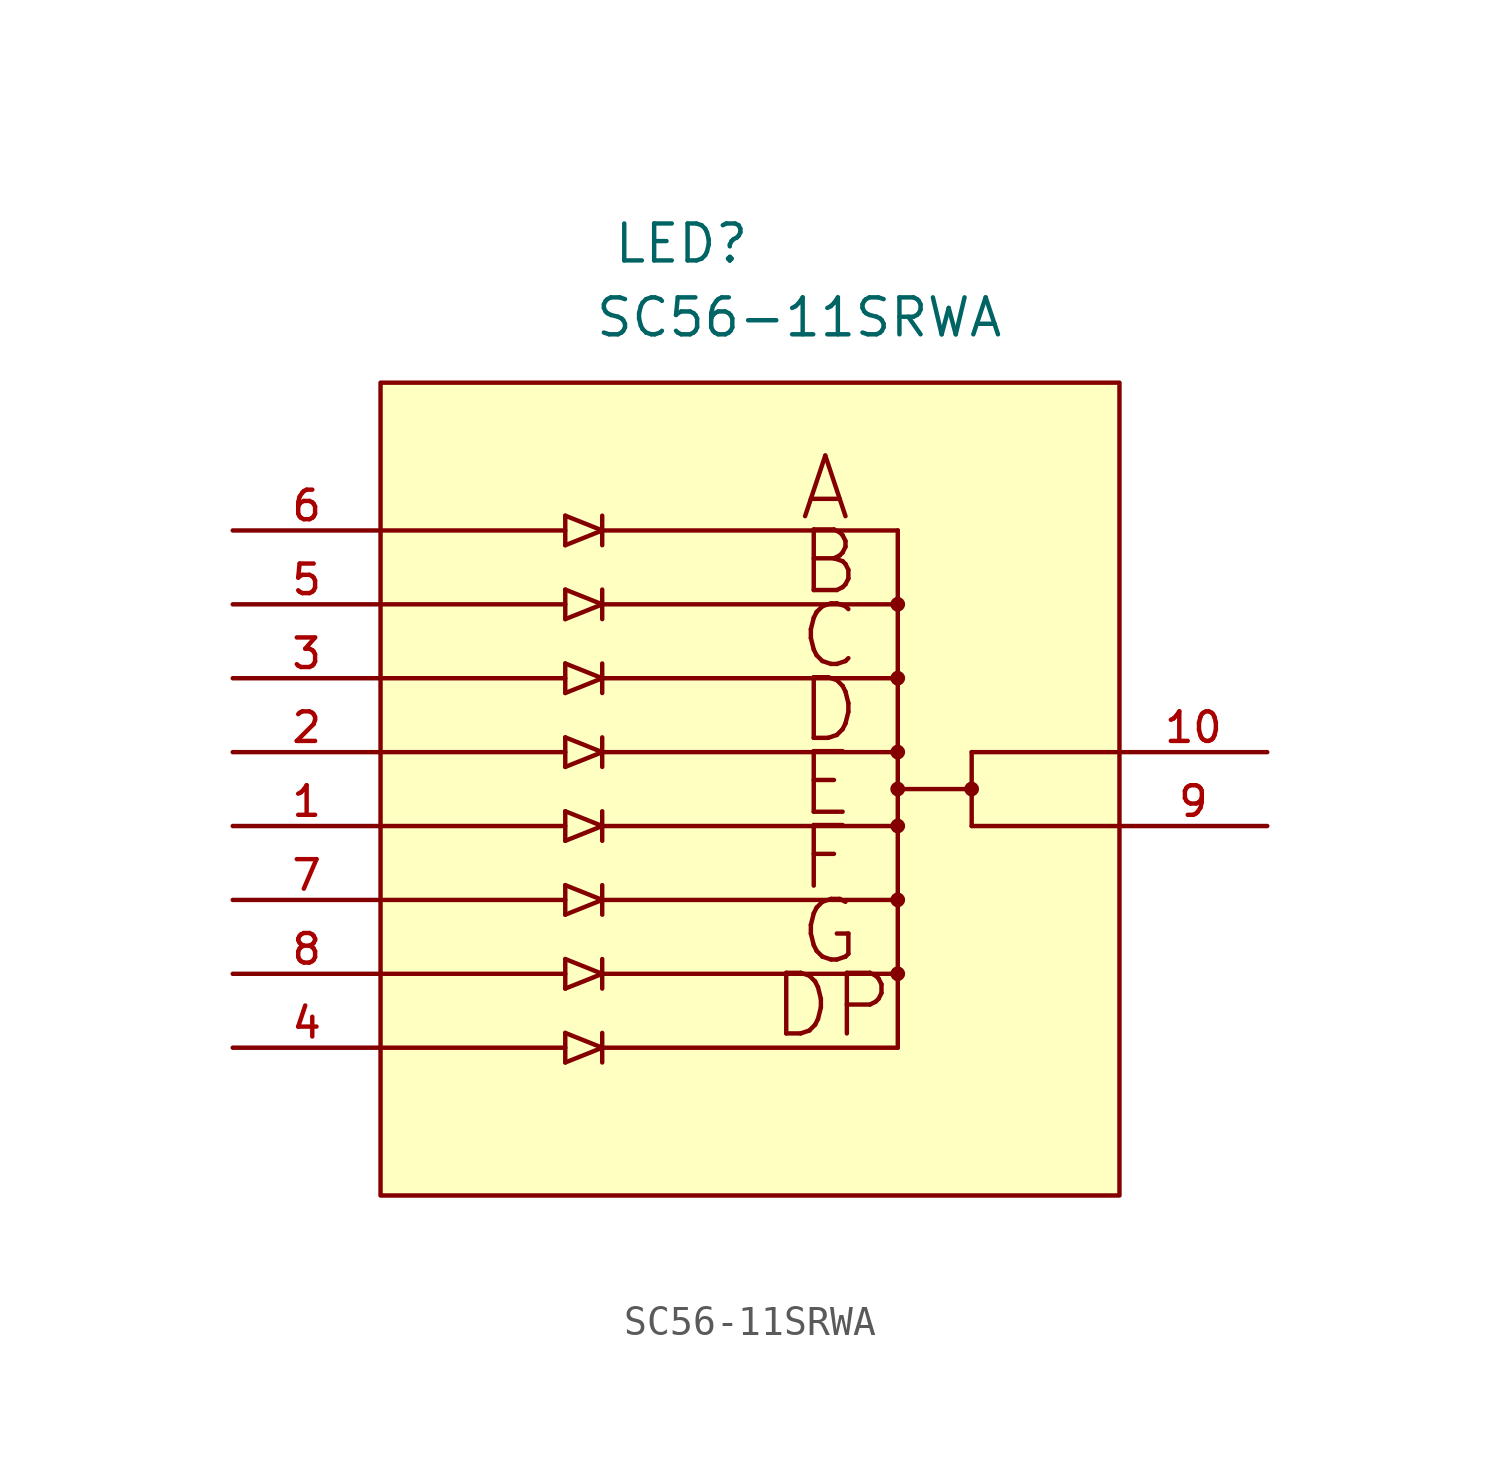
<source format=kicad_sym>
(kicad_symbol_lib
  (version 20211014)
  (generator kicad_symbol_editor)
  (symbol "SC56-11SRWA"
    (pin_names
      (offset 1.016))
    (property "Reference" "LED"
      (at 15.595 9.119 0)
      (effects (font (size 1.27 1.27)) (justify bottom left)))
    (property "Value" "SC56-11SRWA"
      (at 14.955 6.579 0)
      (effects (font (size 1.27 1.27)) (justify bottom left)))
    (symbol "SC56-11SRWA_0_0"
      (polyline (pts (xy 25.4 0.0) (xy 15.24 0.0)) (stroke (width 0.152)))
      (polyline (pts (xy 25.4 -2.54) (xy 15.24 -2.54)) (stroke (width 0.152)))
      (polyline (pts (xy 25.4 -5.08) (xy 15.24 -5.08)) (stroke (width 0.152)))
      (polyline (pts (xy 25.4 -7.62) (xy 15.24 -7.62)) (stroke (width 0.152)))
      (polyline (pts (xy 25.4 -10.16) (xy 15.24 -10.16)) (stroke (width 0.152)))
      (polyline (pts (xy 25.4 -12.7) (xy 15.24 -12.7)) (stroke (width 0.152)))
      (polyline (pts (xy 25.4 -15.24) (xy 15.24 -15.24)) (stroke (width 0.152)))
      (polyline (pts (xy 15.24 -17.78) (xy 25.4 -17.78)) (stroke (width 0.152)))
      (polyline (pts (xy 33.02 -7.62) (xy 27.94 -7.62)) (stroke (width 0.152)))
      (polyline (pts (xy 27.94 -10.16) (xy 33.02 -10.16)) (stroke (width 0.152)))
      (polyline (pts (xy 27.94 -7.62) (xy 27.94 -10.16)) (stroke (width 0.152)))
      (polyline (pts (xy 27.94 -8.89) (xy 25.4 -8.89)) (stroke (width 0.152)))
      (polyline (pts (xy 25.4 0.0) (xy 25.4 -17.78)) (stroke (width 0.152)))
      (polyline (pts (xy 7.62 0.0) (xy 13.97 0.0)) (stroke (width 0.152)))
      (polyline (pts (xy 13.97 -2.54) (xy 7.62 -2.54)) (stroke (width 0.152)))
      (polyline (pts (xy 7.62 -5.08) (xy 13.97 -5.08)) (stroke (width 0.152)))
      (polyline (pts (xy 7.62 -7.62) (xy 13.97 -7.62)) (stroke (width 0.152)))
      (polyline (pts (xy 7.62 -10.16) (xy 13.97 -10.16)) (stroke (width 0.152)))
      (polyline (pts (xy 7.62 -12.7) (xy 13.97 -12.7)) (stroke (width 0.152)))
      (polyline (pts (xy 7.62 -15.24) (xy 13.97 -15.24)) (stroke (width 0.152)))
      (polyline (pts (xy 15.24 0.0) (xy 13.97 -0.508)) (stroke (width 0.152)))
      (polyline (pts (xy 13.97 -0.508) (xy 13.97 0.508)) (stroke (width 0.152)))
      (polyline (pts (xy 15.24 0.0) (xy 13.97 0.508)) (stroke (width 0.152)))
      (polyline (pts (xy 15.24 0.508) (xy 15.24 -0.508)) (stroke (width 0.152)))
      (polyline (pts (xy 15.24 -2.54) (xy 13.97 -3.048)) (stroke (width 0.152)))
      (polyline (pts (xy 13.97 -3.048) (xy 13.97 -2.032)) (stroke (width 0.152)))
      (polyline (pts (xy 15.24 -2.54) (xy 13.97 -2.032)) (stroke (width 0.152)))
      (polyline (pts (xy 15.24 -2.032) (xy 15.24 -3.048)) (stroke (width 0.152)))
      (polyline (pts (xy 15.24 -5.08) (xy 13.97 -5.588)) (stroke (width 0.152)))
      (polyline (pts (xy 13.97 -5.588) (xy 13.97 -4.572)) (stroke (width 0.152)))
      (polyline (pts (xy 15.24 -5.08) (xy 13.97 -4.572)) (stroke (width 0.152)))
      (polyline (pts (xy 15.24 -4.572) (xy 15.24 -5.588)) (stroke (width 0.152)))
      (polyline (pts (xy 15.24 -7.62) (xy 13.97 -8.128)) (stroke (width 0.152)))
      (polyline (pts (xy 13.97 -8.128) (xy 13.97 -7.112)) (stroke (width 0.152)))
      (polyline (pts (xy 15.24 -7.62) (xy 13.97 -7.112)) (stroke (width 0.152)))
      (polyline (pts (xy 15.24 -7.112) (xy 15.24 -8.128)) (stroke (width 0.152)))
      (polyline (pts (xy 15.24 -10.16) (xy 13.97 -10.668)) (stroke (width 0.152)))
      (polyline (pts (xy 13.97 -10.668) (xy 13.97 -9.652)) (stroke (width 0.152)))
      (polyline (pts (xy 15.24 -10.16) (xy 13.97 -9.652)) (stroke (width 0.152)))
      (polyline (pts (xy 15.24 -9.652) (xy 15.24 -10.668)) (stroke (width 0.152)))
      (polyline (pts (xy 15.24 -12.7) (xy 13.97 -13.208)) (stroke (width 0.152)))
      (polyline (pts (xy 13.97 -13.208) (xy 13.97 -12.192)) (stroke (width 0.152)))
      (polyline (pts (xy 15.24 -12.7) (xy 13.97 -12.192)) (stroke (width 0.152)))
      (polyline (pts (xy 15.24 -12.192) (xy 15.24 -13.208)) (stroke (width 0.152)))
      (polyline (pts (xy 7.62 -17.78) (xy 13.97 -17.78)) (stroke (width 0.152)))
      (polyline (pts (xy 15.24 -15.24) (xy 13.97 -15.748)) (stroke (width 0.152)))
      (polyline (pts (xy 13.97 -15.748) (xy 13.97 -14.732)) (stroke (width 0.152)))
      (polyline (pts (xy 15.24 -15.24) (xy 13.97 -14.732)) (stroke (width 0.152)))
      (polyline (pts (xy 15.24 -14.732) (xy 15.24 -15.748)) (stroke (width 0.152)))
      (polyline (pts (xy 15.24 -17.78) (xy 13.97 -18.288)) (stroke (width 0.152)))
      (polyline (pts (xy 13.97 -18.288) (xy 13.97 -17.272)) (stroke (width 0.152)))
      (polyline (pts (xy 15.24 -17.78) (xy 13.97 -17.272)) (stroke (width 0.152)))
      (polyline (pts (xy 15.24 -17.272) (xy 15.24 -18.288)) (stroke (width 0.152)))
      (arc (start 25.4 -2.413) (mid 25.273 -2.54) (end 25.4 -2.667) (stroke (width 0.254) (type default) (color 0 0 0 0)) (fill (type none)))
      (arc (start 25.4 -2.667) (mid 25.527 -2.54) (end 25.4 -2.413) (stroke (width 0.254) (type default) (color 0 0 0 0)) (fill (type none)))
      (arc (start 25.4 -4.953) (mid 25.273 -5.08) (end 25.4 -5.207) (stroke (width 0.254) (type default) (color 0 0 0 0)) (fill (type none)))
      (arc (start 25.4 -5.207) (mid 25.527 -5.08) (end 25.4 -4.953) (stroke (width 0.254) (type default) (color 0 0 0 0)) (fill (type none)))
      (arc (start 25.4 -7.493) (mid 25.273 -7.62) (end 25.4 -7.747) (stroke (width 0.254) (type default) (color 0 0 0 0)) (fill (type none)))
      (arc (start 25.4 -7.747) (mid 25.527 -7.62) (end 25.4 -7.493) (stroke (width 0.254) (type default) (color 0 0 0 0)) (fill (type none)))
      (arc (start 25.4 -10.033) (mid 25.273 -10.16) (end 25.4 -10.287) (stroke (width 0.254) (type default) (color 0 0 0 0)) (fill (type none)))
      (arc (start 25.4 -10.287) (mid 25.527 -10.16) (end 25.4 -10.033) (stroke (width 0.254) (type default) (color 0 0 0 0)) (fill (type none)))
      (arc (start 25.4 -12.573) (mid 25.273 -12.7) (end 25.4 -12.827) (stroke (width 0.254) (type default) (color 0 0 0 0)) (fill (type none)))
      (arc (start 25.4 -12.827) (mid 25.527 -12.7) (end 25.4 -12.573) (stroke (width 0.254) (type default) (color 0 0 0 0)) (fill (type none)))
      (arc (start 25.4 -15.113) (mid 25.273 -15.24) (end 25.4 -15.367) (stroke (width 0.254) (type default) (color 0 0 0 0)) (fill (type none)))
      (arc (start 25.4 -15.367) (mid 25.527 -15.24) (end 25.4 -15.113) (stroke (width 0.254) (type default) (color 0 0 0 0)) (fill (type none)))
      (arc (start 25.4 -8.763) (mid 25.273 -8.89) (end 25.4 -9.017) (stroke (width 0.254) (type default) (color 0 0 0 0)) (fill (type none)))
      (arc (start 25.4 -9.017) (mid 25.527 -8.89) (end 25.4 -8.763) (stroke (width 0.254) (type default) (color 0 0 0 0)) (fill (type none)))
      (arc (start 27.94 -8.763) (mid 27.813 -8.89) (end 27.94 -9.017) (stroke (width 0.254) (type default) (color 0 0 0 0)) (fill (type none)))
      (arc (start 27.94 -9.017) (mid 28.067 -8.89) (end 27.94 -8.763) (stroke (width 0.254) (type default) (color 0 0 0 0)) (fill (type none)))
      (text "E" (at 21.915 -9.931 0) (effects (font (size 2.083 2.083)) (justify bottom left)))
      (text "D" (at 21.915 -7.391 0) (effects (font (size 2.083 2.083)) (justify bottom left)))
      (text "C" (at 21.915 -4.851 0) (effects (font (size 2.083 2.083)) (justify bottom left)))
      (text "B" (at 21.915 -2.311 0) (effects (font (size 2.083 2.083)) (justify bottom left)))
      (text "A" (at 21.915 0.229 0) (effects (font (size 2.083 2.083)) (justify bottom left)))
      (text "G" (at 21.915 -15.011 0) (effects (font (size 2.083 2.083)) (justify bottom left)))
      (text "F" (at 21.915 -12.471 0) (effects (font (size 2.083 2.083)) (justify bottom left)))
      (text "DP" (at 20.97 -17.551 0) (effects (font (size 2.083 2.083)) (justify bottom left)))
      (rectangle (start 7.62 -22.86) (end 33.02 5.08) (stroke (width 0.152)) (fill (type background)))
      (pin passive line (at 2.54 -10.16 0) (length 5.08) (name "~" (effects (font (size 1.016 1.016)))) (number "1" (effects (font (size 1.016 1.016)))))
      (pin passive line (at 2.54 -7.62 0) (length 5.08) (name "~" (effects (font (size 1.016 1.016)))) (number "2" (effects (font (size 1.016 1.016)))))
      (pin passive line (at 2.54 -5.08 0) (length 5.08) (name "~" (effects (font (size 1.016 1.016)))) (number "3" (effects (font (size 1.016 1.016)))))
      (pin passive line (at 2.54 -17.78 0) (length 5.08) (name "~" (effects (font (size 1.016 1.016)))) (number "4" (effects (font (size 1.016 1.016)))))
      (pin passive line (at 2.54 -2.54 0) (length 5.08) (name "~" (effects (font (size 1.016 1.016)))) (number "5" (effects (font (size 1.016 1.016)))))
      (pin passive line (at 2.54 0.0 0) (length 5.08) (name "~" (effects (font (size 1.016 1.016)))) (number "6" (effects (font (size 1.016 1.016)))))
      (pin passive line (at 2.54 -12.7 0) (length 5.08) (name "~" (effects (font (size 1.016 1.016)))) (number "7" (effects (font (size 1.016 1.016)))))
      (pin passive line (at 2.54 -15.24 0) (length 5.08) (name "~" (effects (font (size 1.016 1.016)))) (number "8" (effects (font (size 1.016 1.016)))))
      (pin passive line (at 38.1 -10.16 180.0) (length 5.08) (name "~" (effects (font (size 1.016 1.016)))) (number "9" (effects (font (size 1.016 1.016)))))
      (pin passive line (at 38.1 -7.62 180.0) (length 5.08) (name "~" (effects (font (size 1.016 1.016)))) (number "10" (effects (font (size 1.016 1.016))))))))
</source>
